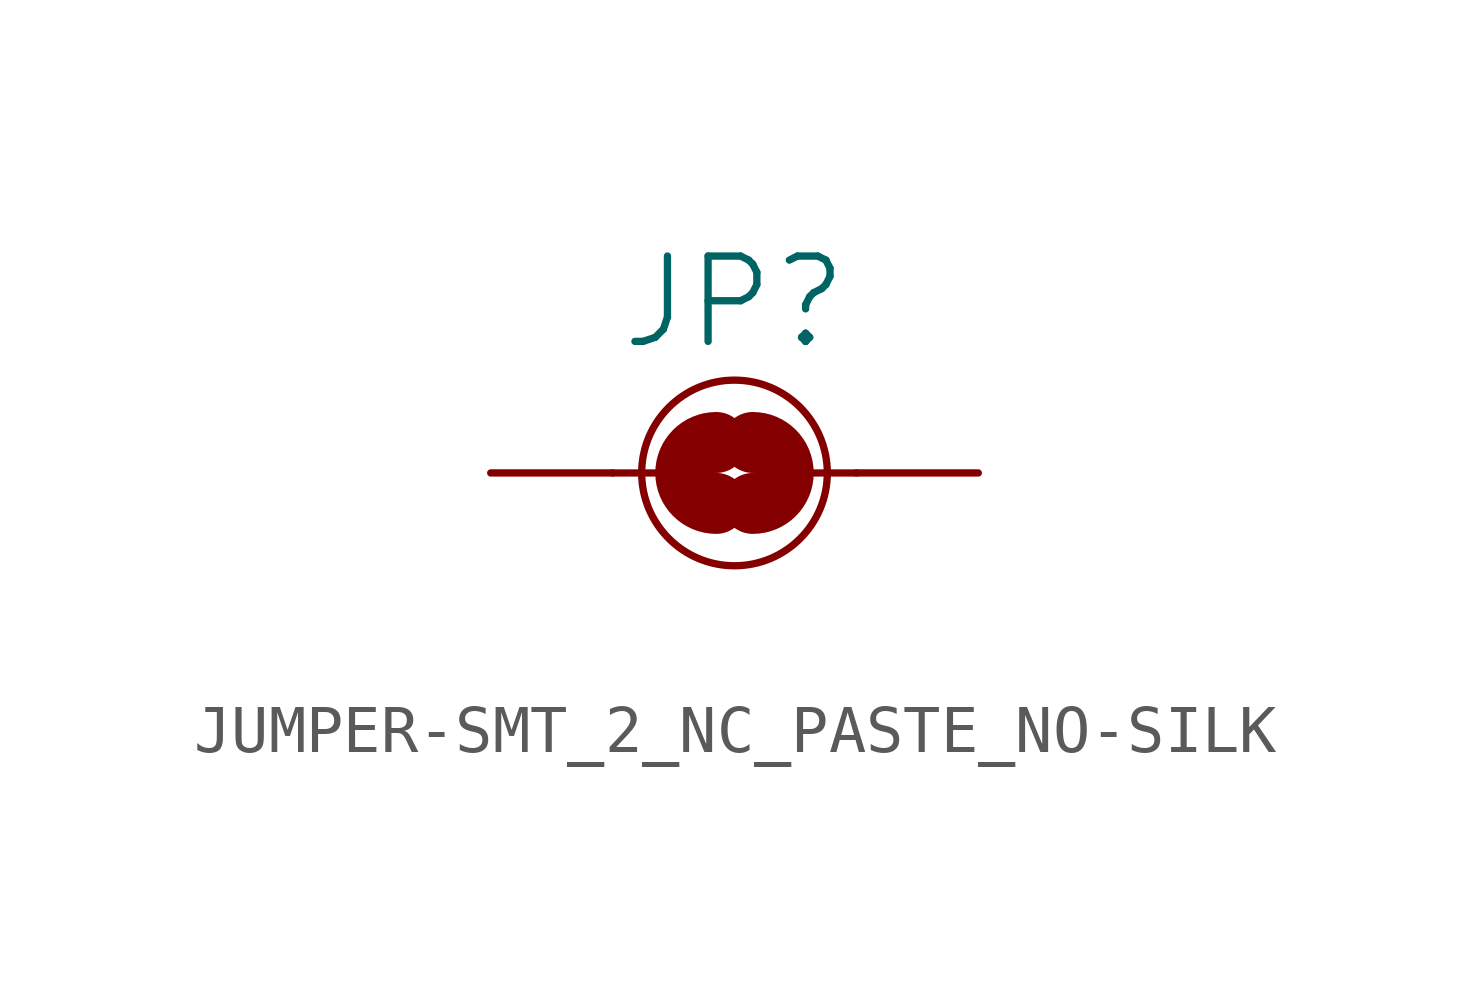
<source format=kicad_sym>
(kicad_symbol_lib
  (version 20241209)
  (generator "kicad_symbol_editor")
  (generator_version "9.0")
  (symbol "JUMPER-SMT_2_NC_PASTE_NO-SILK"
    (property "Reference" "JP"
      (at 0 3.556 0)
      (effects (font (size 1.778 1.778))))
    (property "Value" ""
      (at 0 -3.302 0)
      (effects (font (size 1.778 1.778))))
    (property "ki_locked" ""
      (at 0 0 0)
      (effects (font (size 1.27 1.27))))
    (symbol "JUMPER-SMT_2_NC_PASTE_NO-SILK_1_0"
      (polyline (pts (xy -2.54 0) (xy -1.651 0)) (stroke (width 0.152) (type solid)) (fill (type none)))
      (arc (start -0.381 -0.635) (mid -1.0159 0.0001) (end -0.3808 0.635) (stroke (width 1.27) (type solid)) (fill (type none)))
      (circle (center 0 0) (radius 1.934) (stroke (width 0) (type solid)) (fill (type none)))
      (arc (start 0.381 0.635) (mid 1.0159 -0.0001) (end 0.3808 -0.635) (stroke (width 1.27) (type solid)) (fill (type none)))
      (polyline (pts (xy 2.54 0) (xy 1.651 0)) (stroke (width 0.152) (type solid)) (fill (type none)))
      (pin passive line (at -5.08 0 0) (length 2.54) (name "1" (effects (font (size 0 0)))) (number "1" (effects (font (size 0 0)))))
      (pin passive line (at 5.08 0 180) (length 2.54) (name "2" (effects (font (size 0 0)))) (number "2" (effects (font (size 0 0))))))))
</source>
